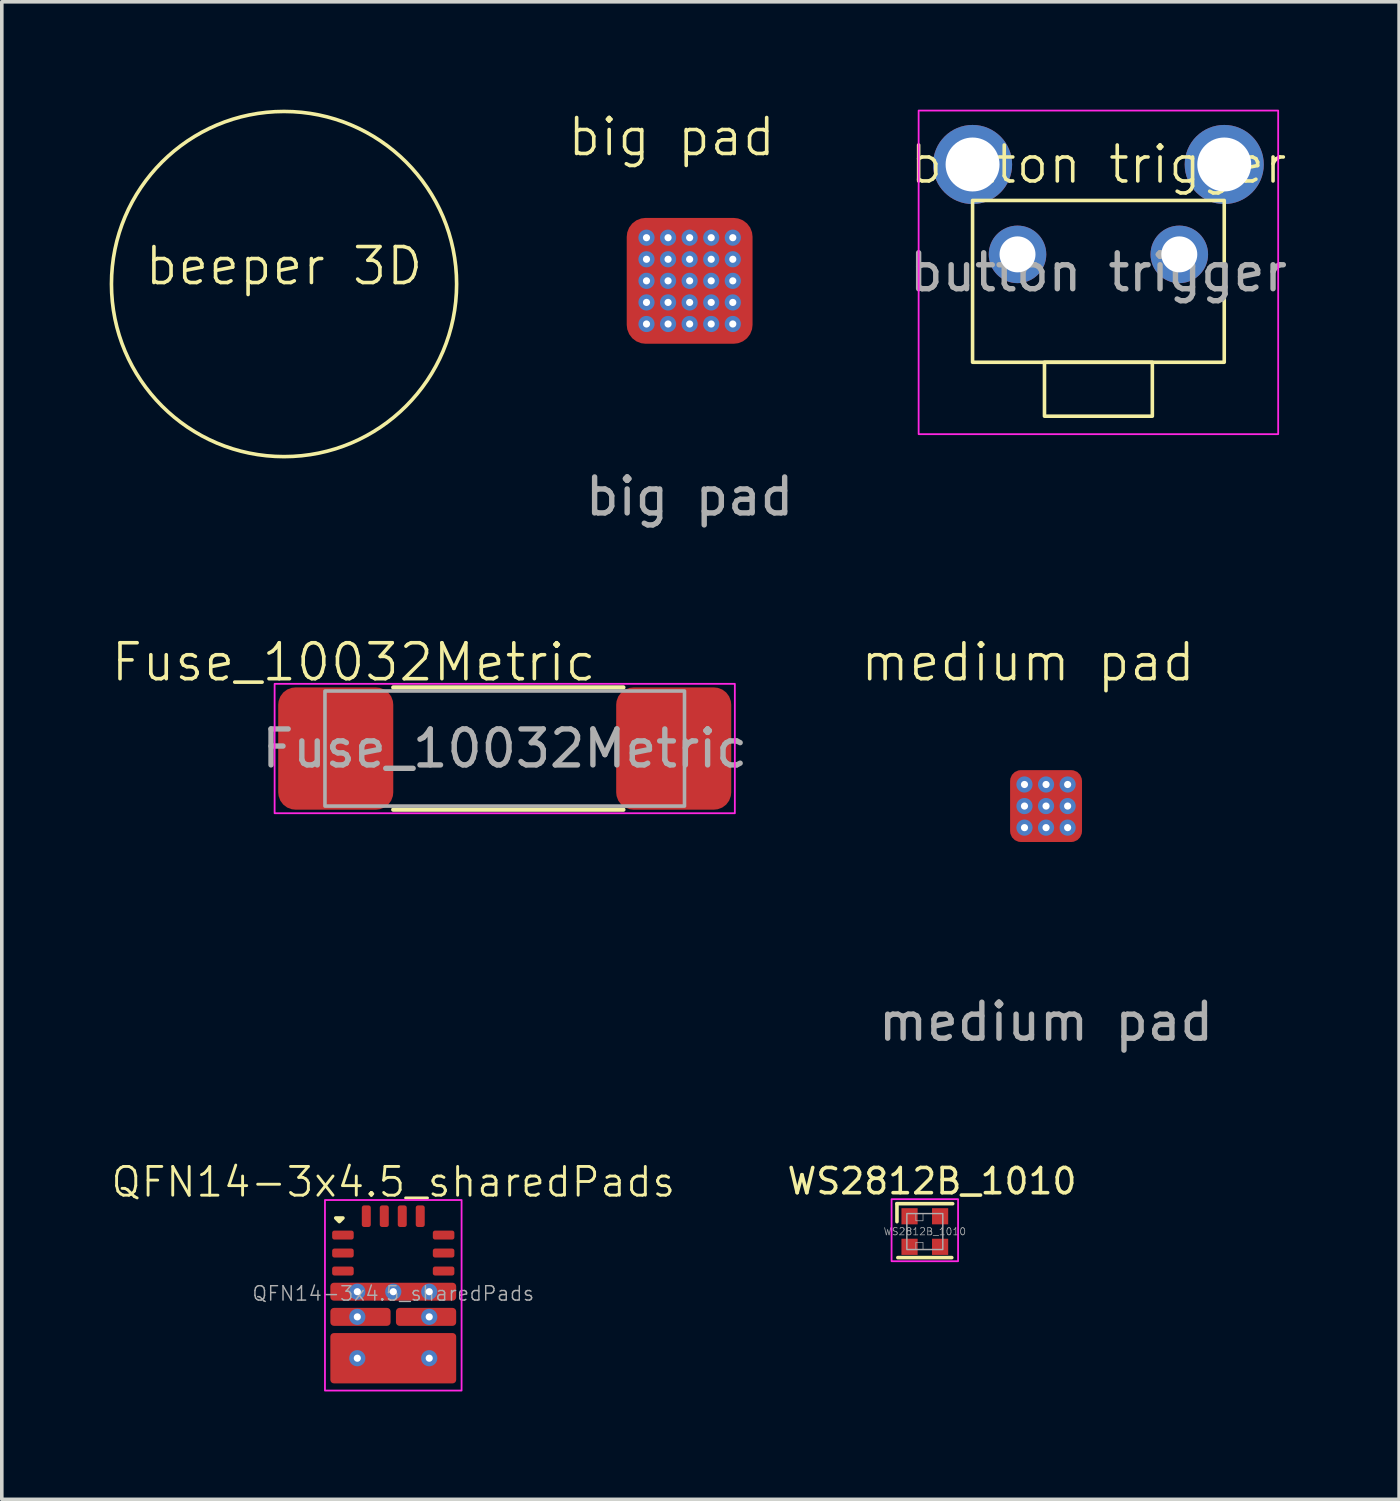
<source format=kicad_pcb>
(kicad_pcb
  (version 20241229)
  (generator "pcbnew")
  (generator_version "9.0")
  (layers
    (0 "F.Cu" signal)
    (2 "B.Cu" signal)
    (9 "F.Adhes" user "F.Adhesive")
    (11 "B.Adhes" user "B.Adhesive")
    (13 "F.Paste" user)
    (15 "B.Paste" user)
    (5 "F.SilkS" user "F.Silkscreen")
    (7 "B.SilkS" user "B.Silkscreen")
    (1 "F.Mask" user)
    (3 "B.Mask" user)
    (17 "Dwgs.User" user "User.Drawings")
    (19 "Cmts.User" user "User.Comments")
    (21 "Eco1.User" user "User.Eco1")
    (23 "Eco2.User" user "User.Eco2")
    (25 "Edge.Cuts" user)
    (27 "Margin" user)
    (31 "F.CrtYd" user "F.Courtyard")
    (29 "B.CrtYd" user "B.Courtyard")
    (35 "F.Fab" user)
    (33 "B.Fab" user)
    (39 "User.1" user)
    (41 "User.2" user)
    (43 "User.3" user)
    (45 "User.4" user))
  (footprint "QFN14-3x4.5_sharedPads"
    (layer "F.Cu")
    (at 7.888 32.926)
    (property "Reference" "QFN14-3x4.5_sharedPads" (at 0 -3.1 0) (unlocked yes) (layer "F.SilkS") (effects (font (size 0.8 0.8) (thickness 0.08))))
    (attr smd)
    (fp_poly (pts (xy -1.6 -2.1) (xy -1.5 -2) (xy -1.4 -2.1)) (stroke (width 0.1) (type solid)) (fill yes) (layer "F.SilkS"))
    (fp_rect (start -1.9 -2.6) (end 1.9 2.7) (stroke (width 0.05) (type default)) (fill no) (layer "F.CrtYd"))
    (fp_text user "${REFERENCE}" (at 0 0 0) (unlocked yes) (layer "F.Fab") (effects (font (size 0.4 0.4) (thickness 0.04))))
    (pad "1" smd roundrect (at -1.4 -1.625) (size 0.6 0.25) (layers "F.Cu" "F.Mask" "F.Paste") (roundrect_rratio 0.25))
    (pad "2" smd roundrect (at -1.4 -1.125) (size 0.6 0.25) (layers "F.Cu" "F.Mask" "F.Paste") (roundrect_rratio 0.25))
    (pad "3" smd roundrect (at -1.4 -0.625) (size 0.6 0.25) (layers "F.Cu" "F.Mask" "F.Paste") (roundrect_rratio 0.25))
    (pad "4" thru_hole circle (at -1 -0.05 180) (size 0.45 0.45) (drill 0.2) (layers "*.Cu"))
    (pad "4" smd roundrect (at -0.912 -0.05 180) (size 1.575 0.25) (layers "F.Cu" "F.Paste") (roundrect_rratio 0.1))
    (pad "4" smd roundrect (at -0.738 -0.05) (size 1.225 0.4) (layers "F.Cu" "F.Paste") (roundrect_rratio 0.1))
    (pad "4" thru_hole circle (at 0 -0.05 180) (size 0.45 0.45) (drill 0.2) (layers "*.Cu"))
    (pad "4" smd roundrect (at 0 -0.05 180) (size 2.7 0.4) (layers "F.Cu" "F.Mask") (roundrect_rratio 0.1))
    (pad "4" smd roundrect (at 0 -0.05 180) (size 3.4 0.25) (layers "F.Cu" "F.Mask") (roundrect_rratio 0.1))
    (pad "4" smd roundrect (at 0 -0.05 180) (size 3.5 0.5) (layers "F.Cu") (roundrect_rratio 0.2))
    (pad "4" smd roundrect (at 0.738 -0.05 180) (size 1.225 0.4) (layers "F.Cu" "F.Paste") (roundrect_rratio 0.1))
    (pad "4" smd roundrect (at 0.912 -0.05) (size 1.575 0.25) (layers "F.Cu" "F.Paste") (roundrect_rratio 0.1))
    (pad "4" thru_hole circle (at 1 -0.05 180) (size 0.45 0.45) (drill 0.2) (layers "*.Cu"))
    (pad "5" thru_hole circle (at -1 0.65 180) (size 0.45 0.45) (drill 0.2) (layers "*.Cu"))
    (pad "5" smd roundrect (at -0.912 0.65 180) (size 1.575 0.25) (layers "F.Cu" "F.Mask" "F.Paste") (roundrect_rratio 0.1))
    (pad "5" smd roundrect (at -0.912 0.65) (size 1.675 0.5) (layers "F.Cu") (roundrect_rratio 0.2))
    (pad "5" smd roundrect (at -0.738 0.65) (size 1.225 0.4) (layers "F.Cu" "F.Mask" "F.Paste") (roundrect_rratio 0.1))
    (pad "6" thru_hole circle (at -1 1.8 180) (size 0.45 0.45) (drill 0.2) (layers "*.Cu"))
    (pad "6" smd roundrect (at -0.912 1.35 180) (size 1.575 0.25) (layers "F.Cu" "F.Paste") (roundrect_rratio 0.1))
    (pad "6" smd roundrect (at -0.75 1.8 180) (size 0.25 1.3) (layers "F.Cu" "F.Mask") (roundrect_rratio 0.1))
    (pad "6" smd roundrect (at -0.75 2.1 180) (size 0.25 0.7) (layers "F.Cu" "F.Paste") (roundrect_rratio 0.1))
    (pad "6" smd roundrect (at -0.738 1.35) (size 1.225 0.4) (layers "F.Cu" "F.Paste") (roundrect_rratio 0.1))
    (pad "6" smd roundrect (at -0.25 1.8 180) (size 0.25 1.3) (layers "F.Cu" "F.Mask") (roundrect_rratio 0.1))
    (pad "6" smd roundrect (at -0.25 2.1 180) (size 0.25 0.7) (layers "F.Cu" "F.Paste") (roundrect_rratio 0.1))
    (pad "6" smd roundrect (at 0 1.35 180) (size 2.7 0.4) (layers "F.Cu" "F.Mask") (roundrect_rratio 0.1))
    (pad "6" smd roundrect (at 0 1.35 180) (size 3.4 0.25) (layers "F.Cu" "F.Mask") (roundrect_rratio 0.1))
    (pad "6" smd roundrect (at 0 1.8 180) (size 3.5 1.4) (layers "F.Cu") (roundrect_rratio 0.071))
    (pad "6" smd roundrect (at 0.25 1.8 180) (size 0.25 1.3) (layers "F.Cu" "F.Mask") (roundrect_rratio 0.1))
    (pad "6" smd roundrect (at 0.25 2.1 180) (size 0.25 0.7) (layers "F.Cu" "F.Paste") (roundrect_rratio 0.1))
    (pad "6" smd roundrect (at 0.738 1.35 180) (size 1.225 0.4) (layers "F.Cu" "F.Paste") (roundrect_rratio 0.1))
    (pad "6" smd roundrect (at 0.75 1.8 180) (size 0.25 1.3) (layers "F.Cu" "F.Mask") (roundrect_rratio 0.1))
    (pad "6" smd roundrect (at 0.75 2.1 180) (size 0.25 0.7) (layers "F.Cu" "F.Paste") (roundrect_rratio 0.1))
    (pad "6" smd roundrect (at 0.912 1.35) (size 1.575 0.25) (layers "F.Cu" "F.Paste") (roundrect_rratio 0.1))
    (pad "6" thru_hole circle (at 1 1.8 180) (size 0.45 0.45) (drill 0.2) (layers "*.Cu"))
    (pad "7" smd roundrect (at 0.738 0.65 180) (size 1.225 0.4) (layers "F.Cu" "F.Mask" "F.Paste") (roundrect_rratio 0.1))
    (pad "7" smd roundrect (at 0.912 0.65) (size 1.575 0.25) (layers "F.Cu" "F.Mask" "F.Paste") (roundrect_rratio 0.1))
    (pad "7" smd roundrect (at 0.912 0.65) (size 1.675 0.5) (layers "F.Cu") (roundrect_rratio 0.2))
    (pad "7" thru_hole circle (at 1 0.65 180) (size 0.45 0.45) (drill 0.2) (layers "*.Cu"))
    (pad "8" smd roundrect (at 1.4 -0.625) (size 0.6 0.25) (layers "F.Cu" "F.Mask" "F.Paste") (roundrect_rratio 0.25))
    (pad "9" smd roundrect (at 1.4 -1.125) (size 0.6 0.25) (layers "F.Cu" "F.Mask" "F.Paste") (roundrect_rratio 0.25))
    (pad "10" smd roundrect (at 1.4 -1.625) (size 0.6 0.25) (layers "F.Cu" "F.Mask" "F.Paste") (roundrect_rratio 0.25))
    (pad "11" smd roundrect (at 0.75 -2.15 90) (size 0.6 0.25) (layers "F.Cu" "F.Mask" "F.Paste") (roundrect_rratio 0.25))
    (pad "12" smd roundrect (at 0.25 -2.15 90) (size 0.6 0.25) (layers "F.Cu" "F.Mask" "F.Paste") (roundrect_rratio 0.25))
    (pad "13" smd roundrect (at -0.25 -2.15 90) (size 0.6 0.25) (layers "F.Cu" "F.Mask" "F.Paste") (roundrect_rratio 0.25))
    (pad "14" smd roundrect (at -0.75 -2.15 90) (size 0.6 0.25) (layers "F.Cu" "F.Mask" "F.Paste") (roundrect_rratio 0.25)))
  (footprint "WS2812B_1010"
    (layer "F.Cu")
    (at 22.672 31.203)
    (property "Reference" "WS2812B_1010" (at 0.2 -1.4 0) (unlocked yes) (layer "F.SilkS") (effects (font (size 0.7 0.7) (thickness 0.1))))
    (attr smd)
    (fp_line (start -0.775 -0.775) (end -0.775 -0.275) (stroke (width 0.1) (type solid)) (layer "F.SilkS"))
    (fp_line (start -0.775 -0.775) (end 0.775 -0.775) (stroke (width 0.1) (type solid)) (layer "F.SilkS"))
    (fp_line (start -0.75 0.725) (end 0.75 0.725) (stroke (width 0.1) (type solid)) (layer "F.SilkS"))
    (fp_rect (start -0.925 -0.9) (end 0.925 0.825) (stroke (width 0.05) (type default)) (fill no) (layer "F.CrtYd"))
    (fp_rect (start -0.5 -0.5) (end 0.5 0.5) (stroke (width 0.04) (type default)) (fill no) (layer "F.Fab"))
    (fp_rect (start -0.25 -0.5) (end -0.05 -0.3) (stroke (width 0.02) (type solid)) (fill no) (layer "F.Fab"))
    (fp_rect (start -0.25 0.3) (end -0.05 0.5) (stroke (width 0.02) (type solid)) (fill no) (layer "F.Fab"))
    (fp_text user "${REFERENCE}" (at 0 0 0) (layer "F.Fab") (effects (font (size 0.2 0.2) (thickness 0.02))))
    (pad "1" smd rect (at -0.425 -0.425) (size 0.45 0.45) (layers "F.Cu" "F.Mask" "F.Paste"))
    (pad "2" smd rect (at -0.425 0.425) (size 0.45 0.45) (layers "F.Cu" "F.Mask" "F.Paste"))
    (pad "3" smd rect (at 0.425 0.425) (size 0.45 0.45) (layers "F.Cu" "F.Mask" "F.Paste"))
    (pad "4" smd rect (at 0.425 -0.425) (size 0.45 0.45) (layers "F.Cu" "F.Mask" "F.Paste")))
  (footprint "Fuse_10032Metric"
    (layer "F.Cu")
    (at 10.988 17.769)
    (property "Reference" "Fuse_10032Metric" (at -4.2 -2.4 0) (unlocked yes) (layer "F.SilkS") (effects (font (size 1 1) (thickness 0.1))))
    (attr smd)
    (fp_line (start -3.1 -1.7) (end 3.3 -1.7) (stroke (width 0.12) (type solid)) (layer "F.SilkS"))
    (fp_line (start -3.1 1.7) (end 3.3 1.7) (stroke (width 0.12) (type solid)) (layer "F.SilkS"))
    (fp_rect (start -6.4 -1.8) (end 6.4 1.8) (stroke (width 0.05) (type default)) (fill no) (layer "F.CrtYd"))
    (fp_rect (start -5 -1.6) (end 5 1.6) (stroke (width 0.1) (type default)) (fill no) (layer "F.Fab"))
    (fp_text user "${REFERENCE}" (at 0 0 0) (unlocked yes) (layer "F.Fab") (effects (font (size 1 1) (thickness 0.15))))
    (pad "1" smd roundrect (at -4.7 0) (size 3.2 3.4) (layers "F.Cu" "F.Mask" "F.Paste") (roundrect_rratio 0.15))
    (pad "2" smd roundrect (at 4.7 0) (size 3.2 3.4) (layers "F.Cu" "F.Mask" "F.Paste") (roundrect_rratio 0.15)))
  (footprint "big pad"
    (layer "F.Cu")
    (at 16.131 4.761)
    (property "Reference" "big pad" (at -0.5 -4 0) (unlocked yes) (layer "F.SilkS") (effects (font (size 1 1) (thickness 0.1))))
    (attr through_hole)
    (fp_text user "${REFERENCE}" (at 0 6 0) (unlocked yes) (layer "F.Fab") (effects (font (size 1 1) (thickness 0.15))))
    (pad "1" smd roundrect (at 0 0 90) (size 3.5 3.5) (layers "F.Cu" "F.Mask") (roundrect_rratio 0.15))
    (pad "3" thru_hole circle (at -1.2 -1.2) (size 0.45 0.45) (drill 0.2) (layers "*.Cu"))
    (pad "4" thru_hole circle (at -0.6 -1.2) (size 0.45 0.45) (drill 0.2) (layers "*.Cu"))
    (pad "5" thru_hole circle (at 0 -1.2) (size 0.45 0.45) (drill 0.2) (layers "*.Cu"))
    (pad "6" thru_hole circle (at 0.6 -1.2) (size 0.45 0.45) (drill 0.2) (layers "*.Cu"))
    (pad "7" thru_hole circle (at 1.2 -1.2) (size 0.45 0.45) (drill 0.2) (layers "*.Cu"))
    (pad "8" thru_hole circle (at -1.2 -0.6) (size 0.45 0.45) (drill 0.2) (layers "*.Cu"))
    (pad "9" thru_hole circle (at -0.6 -0.6) (size 0.45 0.45) (drill 0.2) (layers "*.Cu"))
    (pad "10" thru_hole circle (at 0 -0.6) (size 0.45 0.45) (drill 0.2) (layers "*.Cu"))
    (pad "11" thru_hole circle (at 0.6 -0.6) (size 0.45 0.45) (drill 0.2) (layers "*.Cu"))
    (pad "12" thru_hole circle (at 1.2 -0.6) (size 0.45 0.45) (drill 0.2) (layers "*.Cu"))
    (pad "13" thru_hole circle (at -1.2 0) (size 0.45 0.45) (drill 0.2) (layers "*.Cu"))
    (pad "14" thru_hole circle (at -0.6 0) (size 0.45 0.45) (drill 0.2) (layers "*.Cu"))
    (pad "15" thru_hole circle (at 0 0) (size 0.45 0.45) (drill 0.2) (layers "*.Cu"))
    (pad "16" thru_hole circle (at 0.6 0) (size 0.45 0.45) (drill 0.2) (layers "*.Cu"))
    (pad "17" thru_hole circle (at 1.2 0) (size 0.45 0.45) (drill 0.2) (layers "*.Cu"))
    (pad "18" thru_hole circle (at -1.2 0.6) (size 0.45 0.45) (drill 0.2) (layers "*.Cu"))
    (pad "19" thru_hole circle (at -0.6 0.6) (size 0.45 0.45) (drill 0.2) (layers "*.Cu"))
    (pad "20" thru_hole circle (at 0 0.6) (size 0.45 0.45) (drill 0.2) (layers "*.Cu"))
    (pad "21" thru_hole circle (at 0.6 0.6) (size 0.45 0.45) (drill 0.2) (layers "*.Cu"))
    (pad "22" thru_hole circle (at 1.2 0.6) (size 0.45 0.45) (drill 0.2) (layers "*.Cu"))
    (pad "23" thru_hole circle (at -1.2 1.2) (size 0.45 0.45) (drill 0.2) (layers "*.Cu"))
    (pad "24" thru_hole circle (at -0.6 1.2) (size 0.45 0.45) (drill 0.2) (layers "*.Cu"))
    (pad "25" thru_hole circle (at 0 1.2) (size 0.45 0.45) (drill 0.2) (layers "*.Cu"))
    (pad "26" thru_hole circle (at 0.6 1.2) (size 0.45 0.45) (drill 0.2) (layers "*.Cu"))
    (pad "27" thru_hole circle (at 1.2 1.2) (size 0.45 0.45) (drill 0.2) (layers "*.Cu")))
  (footprint "button trigger"
    (layer "F.Cu")
    (at 27.5 1.525)
    (property "Reference" "button trigger" (at 0 0 0) (unlocked yes) (layer "F.SilkS") (effects (font (size 1 1) (thickness 0.1))))
    (attr through_hole)
    (fp_rect (start -3.5 1) (end 3.5 5.5) (stroke (width 0.1) (type default)) (fill no) (layer "F.SilkS"))
    (fp_rect (start -1.5 5.5) (end 1.5 7) (stroke (width 0.1) (type default)) (fill no) (layer "F.SilkS"))
    (fp_rect (start -5 -1.5) (end 5 7.5) (stroke (width 0.05) (type default)) (fill no) (layer "F.CrtYd"))
    (fp_text user "${REFERENCE}" (at 0 3 0) (unlocked yes) (layer "F.Fab") (effects (font (size 1 1) (thickness 0.15))))
    (pad "1" thru_hole circle (at -2.25 2.5) (size 1.6 1.6) (drill 1) (layers "*.Cu" "*.Mask"))
    (pad "2" thru_hole circle (at 2.25 2.5) (size 1.6 1.6) (drill 1) (layers "*.Cu" "*.Mask"))
    (pad "3" thru_hole circle (at -3.5 0) (size 2.2 2.2) (drill 1.5) (layers "*.Cu" "*.Mask"))
    (pad "4" thru_hole circle (at 3.5 0) (size 2.2 2.2) (drill 1.5) (layers "*.Cu" "*.Mask")))
  (footprint "beeper 3D"
    (layer "F.Cu")
    (at 4.85 4.85)
    (property "Reference" "beeper 3D" (at 0 -0.5 0) (unlocked yes) (layer "F.SilkS") (effects (font (size 1 1) (thickness 0.1))))
    (attr smd)
    (fp_circle (center 0 0) (end 4.8 0) (stroke (width 0.1) (type default)) (fill no) (layer "F.SilkS")))
  (footprint "medium pad"
    (layer "F.Cu")
    (at 26.044 19.369)
    (property "Reference" "medium pad" (at -0.5 -4 0) (unlocked yes) (layer "F.SilkS") (effects (font (size 1 1) (thickness 0.1))))
    (attr through_hole)
    (fp_text user "${REFERENCE}" (at 0 6 0) (unlocked yes) (layer "F.Fab") (effects (font (size 1 1) (thickness 0.15))))
    (pad "1" smd roundrect (at 0 0 90) (size 2 2) (layers "F.Cu" "F.Mask") (roundrect_rratio 0.15))
    (pad "3" thru_hole circle (at -0.6 -0.6) (size 0.45 0.45) (drill 0.2) (layers "*.Cu"))
    (pad "4" thru_hole circle (at 0 -0.6) (size 0.45 0.45) (drill 0.2) (layers "*.Cu"))
    (pad "5" thru_hole circle (at 0.6 -0.6) (size 0.45 0.45) (drill 0.2) (layers "*.Cu"))
    (pad "6" thru_hole circle (at -0.6 0) (size 0.45 0.45) (drill 0.2) (layers "*.Cu"))
    (pad "7" thru_hole circle (at 0 0) (size 0.45 0.45) (drill 0.2) (layers "*.Cu"))
    (pad "8" thru_hole circle (at 0.6 0) (size 0.45 0.45) (drill 0.2) (layers "*.Cu"))
    (pad "9" thru_hole circle (at -0.6 0.6) (size 0.45 0.45) (drill 0.2) (layers "*.Cu"))
    (pad "10" thru_hole circle (at 0 0.6) (size 0.45 0.45) (drill 0.2) (layers "*.Cu"))
    (pad "11" thru_hole circle (at 0.6 0.6) (size 0.45 0.45) (drill 0.2) (layers "*.Cu")))
  (gr_rect
    (start -3 -3)
    (end 35.863 38.651)
    (stroke (width 0.1) (type default))
    (fill no)
    (layer "Edge.Cuts")))
</source>
